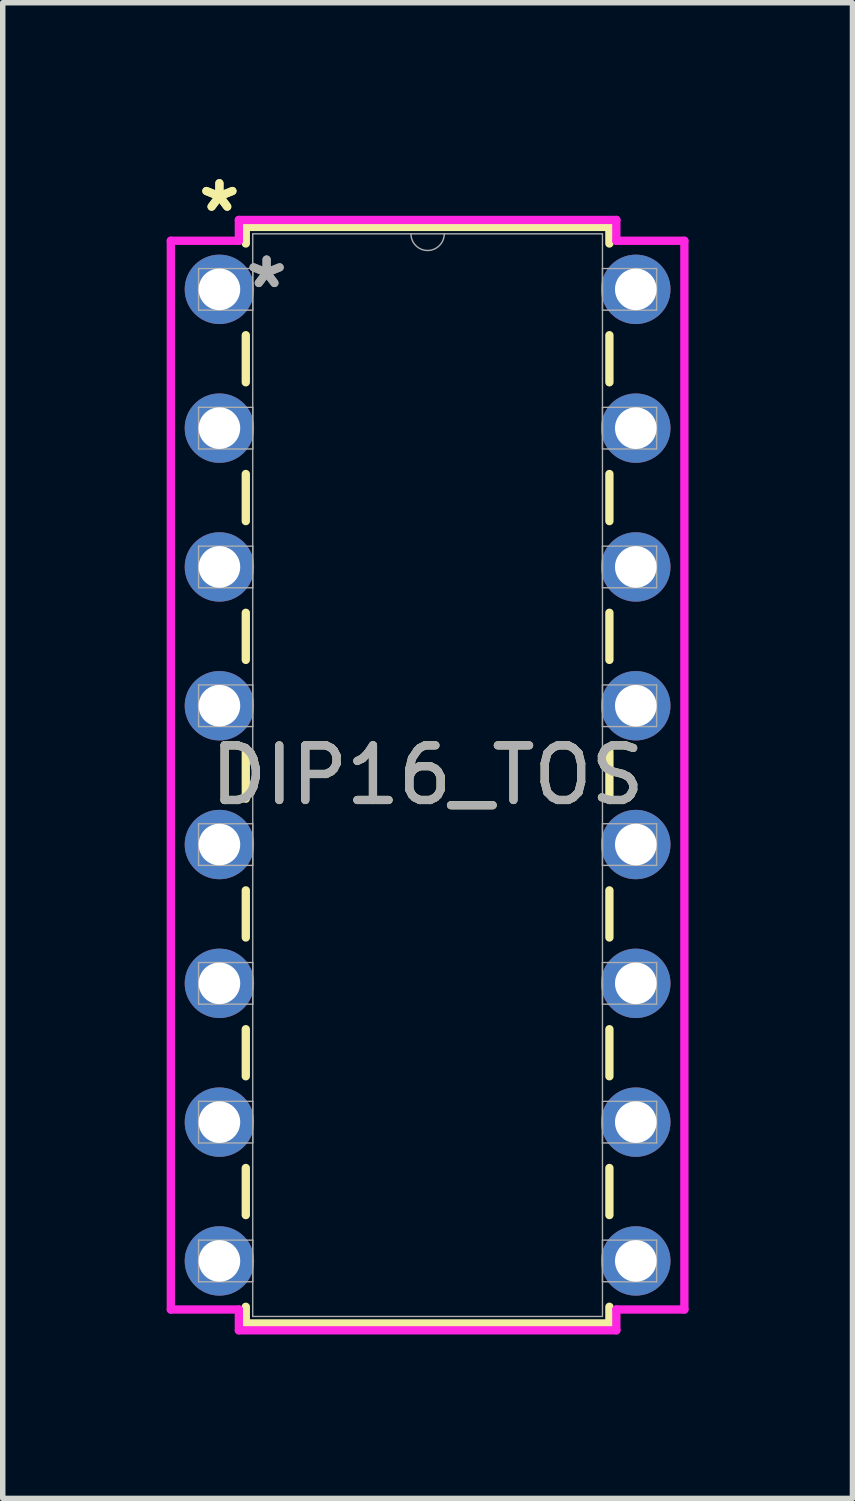
<source format=kicad_pcb>
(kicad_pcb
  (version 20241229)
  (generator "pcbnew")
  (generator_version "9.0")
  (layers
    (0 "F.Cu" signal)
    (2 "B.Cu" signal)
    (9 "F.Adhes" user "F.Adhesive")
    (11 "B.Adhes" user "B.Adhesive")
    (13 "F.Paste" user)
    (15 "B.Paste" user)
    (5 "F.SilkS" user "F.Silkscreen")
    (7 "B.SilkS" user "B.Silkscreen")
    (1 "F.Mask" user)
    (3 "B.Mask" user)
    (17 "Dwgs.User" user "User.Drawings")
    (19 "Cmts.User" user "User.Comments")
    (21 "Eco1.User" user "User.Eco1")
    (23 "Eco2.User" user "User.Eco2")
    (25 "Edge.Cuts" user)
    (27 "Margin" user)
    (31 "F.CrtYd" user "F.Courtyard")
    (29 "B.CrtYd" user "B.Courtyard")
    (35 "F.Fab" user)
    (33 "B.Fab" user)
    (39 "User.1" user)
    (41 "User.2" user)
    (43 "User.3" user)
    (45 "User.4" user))
  (footprint "DIP16_TOS"
    (layer "F.Cu")
    (at 0.965 2.245)
    (property "Reference" "DIP16_TOS" (at 3.81 8.89 0) (unlocked yes) (layer "F.SilkS") (effects (font (size 1 1) (thickness 0.15))))
    (attr through_hole)
    (fp_line (start 0.483 -1.143) (end 0.483 -0.839) (stroke (width 0.152) (type solid)) (layer "F.SilkS"))
    (fp_line (start 0.483 0.839) (end 0.483 1.701) (stroke (width 0.152) (type solid)) (layer "F.SilkS"))
    (fp_line (start 0.483 3.379) (end 0.483 4.241) (stroke (width 0.152) (type solid)) (layer "F.SilkS"))
    (fp_line (start 0.483 5.919) (end 0.483 6.781) (stroke (width 0.152) (type solid)) (layer "F.SilkS"))
    (fp_line (start 0.483 8.459) (end 0.483 9.321) (stroke (width 0.152) (type solid)) (layer "F.SilkS"))
    (fp_line (start 0.483 10.999) (end 0.483 11.861) (stroke (width 0.152) (type solid)) (layer "F.SilkS"))
    (fp_line (start 0.483 13.539) (end 0.483 14.401) (stroke (width 0.152) (type solid)) (layer "F.SilkS"))
    (fp_line (start 0.483 16.079) (end 0.483 16.941) (stroke (width 0.152) (type solid)) (layer "F.SilkS"))
    (fp_line (start 0.483 18.619) (end 0.483 18.923) (stroke (width 0.152) (type solid)) (layer "F.SilkS"))
    (fp_line (start 0.483 18.923) (end 7.137 18.923) (stroke (width 0.152) (type solid)) (layer "F.SilkS"))
    (fp_line (start 7.137 -1.143) (end 0.483 -1.143) (stroke (width 0.152) (type solid)) (layer "F.SilkS"))
    (fp_line (start 7.137 -0.839) (end 7.137 -1.143) (stroke (width 0.152) (type solid)) (layer "F.SilkS"))
    (fp_line (start 7.137 1.701) (end 7.137 0.839) (stroke (width 0.152) (type solid)) (layer "F.SilkS"))
    (fp_line (start 7.137 4.241) (end 7.137 3.379) (stroke (width 0.152) (type solid)) (layer "F.SilkS"))
    (fp_line (start 7.137 6.781) (end 7.137 5.919) (stroke (width 0.152) (type solid)) (layer "F.SilkS"))
    (fp_line (start 7.137 9.321) (end 7.137 8.459) (stroke (width 0.152) (type solid)) (layer "F.SilkS"))
    (fp_line (start 7.137 11.861) (end 7.137 10.999) (stroke (width 0.152) (type solid)) (layer "F.SilkS"))
    (fp_line (start 7.137 14.401) (end 7.137 13.539) (stroke (width 0.152) (type solid)) (layer "F.SilkS"))
    (fp_line (start 7.137 16.941) (end 7.137 16.079) (stroke (width 0.152) (type solid)) (layer "F.SilkS"))
    (fp_line (start 7.137 18.923) (end 7.137 18.619) (stroke (width 0.152) (type solid)) (layer "F.SilkS"))
    (fp_line (start -0.889 -0.889) (end 0.356 -0.889) (stroke (width 0.152) (type solid)) (layer "F.CrtYd"))
    (fp_line (start -0.889 18.669) (end -0.889 -0.889) (stroke (width 0.152) (type solid)) (layer "F.CrtYd"))
    (fp_line (start 0.356 -1.27) (end 7.264 -1.27) (stroke (width 0.152) (type solid)) (layer "F.CrtYd"))
    (fp_line (start 0.356 -0.889) (end 0.356 -1.27) (stroke (width 0.152) (type solid)) (layer "F.CrtYd"))
    (fp_line (start 0.356 18.669) (end -0.889 18.669) (stroke (width 0.152) (type solid)) (layer "F.CrtYd"))
    (fp_line (start 0.356 19.05) (end 0.356 18.669) (stroke (width 0.152) (type solid)) (layer "F.CrtYd"))
    (fp_line (start 7.264 -1.27) (end 7.264 -0.889) (stroke (width 0.152) (type solid)) (layer "F.CrtYd"))
    (fp_line (start 7.264 18.669) (end 7.264 19.05) (stroke (width 0.152) (type solid)) (layer "F.CrtYd"))
    (fp_line (start 7.264 19.05) (end 0.356 19.05) (stroke (width 0.152) (type solid)) (layer "F.CrtYd"))
    (fp_line (start 8.509 -0.889) (end 7.264 -0.889) (stroke (width 0.152) (type solid)) (layer "F.CrtYd"))
    (fp_line (start 8.509 -0.889) (end 8.509 18.669) (stroke (width 0.152) (type solid)) (layer "F.CrtYd"))
    (fp_line (start 8.509 18.669) (end 7.264 18.669) (stroke (width 0.152) (type solid)) (layer "F.CrtYd"))
    (fp_line (start -0.381 -0.381) (end -0.381 0.381) (stroke (width 0.025) (type solid)) (layer "F.Fab"))
    (fp_line (start -0.381 0.381) (end 0.61 0.381) (stroke (width 0.025) (type solid)) (layer "F.Fab"))
    (fp_line (start -0.381 2.159) (end -0.381 2.921) (stroke (width 0.025) (type solid)) (layer "F.Fab"))
    (fp_line (start -0.381 2.921) (end 0.61 2.921) (stroke (width 0.025) (type solid)) (layer "F.Fab"))
    (fp_line (start -0.381 4.699) (end -0.381 5.461) (stroke (width 0.025) (type solid)) (layer "F.Fab"))
    (fp_line (start -0.381 5.461) (end 0.61 5.461) (stroke (width 0.025) (type solid)) (layer "F.Fab"))
    (fp_line (start -0.381 7.239) (end -0.381 8.001) (stroke (width 0.025) (type solid)) (layer "F.Fab"))
    (fp_line (start -0.381 8.001) (end 0.61 8.001) (stroke (width 0.025) (type solid)) (layer "F.Fab"))
    (fp_line (start -0.381 9.779) (end -0.381 10.541) (stroke (width 0.025) (type solid)) (layer "F.Fab"))
    (fp_line (start -0.381 10.541) (end 0.61 10.541) (stroke (width 0.025) (type solid)) (layer "F.Fab"))
    (fp_line (start -0.381 12.319) (end -0.381 13.081) (stroke (width 0.025) (type solid)) (layer "F.Fab"))
    (fp_line (start -0.381 13.081) (end 0.61 13.081) (stroke (width 0.025) (type solid)) (layer "F.Fab"))
    (fp_line (start -0.381 14.859) (end -0.381 15.621) (stroke (width 0.025) (type solid)) (layer "F.Fab"))
    (fp_line (start -0.381 15.621) (end 0.61 15.621) (stroke (width 0.025) (type solid)) (layer "F.Fab"))
    (fp_line (start -0.381 17.399) (end -0.381 18.161) (stroke (width 0.025) (type solid)) (layer "F.Fab"))
    (fp_line (start -0.381 18.161) (end 0.61 18.161) (stroke (width 0.025) (type solid)) (layer "F.Fab"))
    (fp_line (start 0.61 -1.016) (end 0.61 18.796) (stroke (width 0.025) (type solid)) (layer "F.Fab"))
    (fp_line (start 0.61 -0.381) (end -0.381 -0.381) (stroke (width 0.025) (type solid)) (layer "F.Fab"))
    (fp_line (start 0.61 0.381) (end 0.61 -0.381) (stroke (width 0.025) (type solid)) (layer "F.Fab"))
    (fp_line (start 0.61 2.159) (end -0.381 2.159) (stroke (width 0.025) (type solid)) (layer "F.Fab"))
    (fp_line (start 0.61 2.921) (end 0.61 2.159) (stroke (width 0.025) (type solid)) (layer "F.Fab"))
    (fp_line (start 0.61 4.699) (end -0.381 4.699) (stroke (width 0.025) (type solid)) (layer "F.Fab"))
    (fp_line (start 0.61 5.461) (end 0.61 4.699) (stroke (width 0.025) (type solid)) (layer "F.Fab"))
    (fp_line (start 0.61 7.239) (end -0.381 7.239) (stroke (width 0.025) (type solid)) (layer "F.Fab"))
    (fp_line (start 0.61 8.001) (end 0.61 7.239) (stroke (width 0.025) (type solid)) (layer "F.Fab"))
    (fp_line (start 0.61 9.779) (end -0.381 9.779) (stroke (width 0.025) (type solid)) (layer "F.Fab"))
    (fp_line (start 0.61 10.541) (end 0.61 9.779) (stroke (width 0.025) (type solid)) (layer "F.Fab"))
    (fp_line (start 0.61 12.319) (end -0.381 12.319) (stroke (width 0.025) (type solid)) (layer "F.Fab"))
    (fp_line (start 0.61 13.081) (end 0.61 12.319) (stroke (width 0.025) (type solid)) (layer "F.Fab"))
    (fp_line (start 0.61 14.859) (end -0.381 14.859) (stroke (width 0.025) (type solid)) (layer "F.Fab"))
    (fp_line (start 0.61 15.621) (end 0.61 14.859) (stroke (width 0.025) (type solid)) (layer "F.Fab"))
    (fp_line (start 0.61 17.399) (end -0.381 17.399) (stroke (width 0.025) (type solid)) (layer "F.Fab"))
    (fp_line (start 0.61 18.161) (end 0.61 17.399) (stroke (width 0.025) (type solid)) (layer "F.Fab"))
    (fp_line (start 0.61 18.796) (end 7.01 18.796) (stroke (width 0.025) (type solid)) (layer "F.Fab"))
    (fp_line (start 7.01 -1.016) (end 0.61 -1.016) (stroke (width 0.025) (type solid)) (layer "F.Fab"))
    (fp_line (start 7.01 -0.381) (end 7.01 0.381) (stroke (width 0.025) (type solid)) (layer "F.Fab"))
    (fp_line (start 7.01 0.381) (end 8.001 0.381) (stroke (width 0.025) (type solid)) (layer "F.Fab"))
    (fp_line (start 7.01 2.159) (end 7.01 2.921) (stroke (width 0.025) (type solid)) (layer "F.Fab"))
    (fp_line (start 7.01 2.921) (end 8.001 2.921) (stroke (width 0.025) (type solid)) (layer "F.Fab"))
    (fp_line (start 7.01 4.699) (end 7.01 5.461) (stroke (width 0.025) (type solid)) (layer "F.Fab"))
    (fp_line (start 7.01 5.461) (end 8.001 5.461) (stroke (width 0.025) (type solid)) (layer "F.Fab"))
    (fp_line (start 7.01 7.239) (end 7.01 8.001) (stroke (width 0.025) (type solid)) (layer "F.Fab"))
    (fp_line (start 7.01 8.001) (end 8.001 8.001) (stroke (width 0.025) (type solid)) (layer "F.Fab"))
    (fp_line (start 7.01 9.779) (end 7.01 10.541) (stroke (width 0.025) (type solid)) (layer "F.Fab"))
    (fp_line (start 7.01 10.541) (end 8.001 10.541) (stroke (width 0.025) (type solid)) (layer "F.Fab"))
    (fp_line (start 7.01 12.319) (end 7.01 13.081) (stroke (width 0.025) (type solid)) (layer "F.Fab"))
    (fp_line (start 7.01 13.081) (end 8.001 13.081) (stroke (width 0.025) (type solid)) (layer "F.Fab"))
    (fp_line (start 7.01 14.859) (end 7.01 15.621) (stroke (width 0.025) (type solid)) (layer "F.Fab"))
    (fp_line (start 7.01 15.621) (end 8.001 15.621) (stroke (width 0.025) (type solid)) (layer "F.Fab"))
    (fp_line (start 7.01 17.399) (end 7.01 18.161) (stroke (width 0.025) (type solid)) (layer "F.Fab"))
    (fp_line (start 7.01 18.161) (end 8.001 18.161) (stroke (width 0.025) (type solid)) (layer "F.Fab"))
    (fp_line (start 7.01 18.796) (end 7.01 -1.016) (stroke (width 0.025) (type solid)) (layer "F.Fab"))
    (fp_line (start 8.001 -0.381) (end 7.01 -0.381) (stroke (width 0.025) (type solid)) (layer "F.Fab"))
    (fp_line (start 8.001 0.381) (end 8.001 -0.381) (stroke (width 0.025) (type solid)) (layer "F.Fab"))
    (fp_line (start 8.001 2.159) (end 7.01 2.159) (stroke (width 0.025) (type solid)) (layer "F.Fab"))
    (fp_line (start 8.001 2.921) (end 8.001 2.159) (stroke (width 0.025) (type solid)) (layer "F.Fab"))
    (fp_line (start 8.001 4.699) (end 7.01 4.699) (stroke (width 0.025) (type solid)) (layer "F.Fab"))
    (fp_line (start 8.001 5.461) (end 8.001 4.699) (stroke (width 0.025) (type solid)) (layer "F.Fab"))
    (fp_line (start 8.001 7.239) (end 7.01 7.239) (stroke (width 0.025) (type solid)) (layer "F.Fab"))
    (fp_line (start 8.001 8.001) (end 8.001 7.239) (stroke (width 0.025) (type solid)) (layer "F.Fab"))
    (fp_line (start 8.001 9.779) (end 7.01 9.779) (stroke (width 0.025) (type solid)) (layer "F.Fab"))
    (fp_line (start 8.001 10.541) (end 8.001 9.779) (stroke (width 0.025) (type solid)) (layer "F.Fab"))
    (fp_line (start 8.001 12.319) (end 7.01 12.319) (stroke (width 0.025) (type solid)) (layer "F.Fab"))
    (fp_line (start 8.001 13.081) (end 8.001 12.319) (stroke (width 0.025) (type solid)) (layer "F.Fab"))
    (fp_line (start 8.001 14.859) (end 7.01 14.859) (stroke (width 0.025) (type solid)) (layer "F.Fab"))
    (fp_line (start 8.001 15.621) (end 8.001 14.859) (stroke (width 0.025) (type solid)) (layer "F.Fab"))
    (fp_line (start 8.001 17.399) (end 7.01 17.399) (stroke (width 0.025) (type solid)) (layer "F.Fab"))
    (fp_line (start 8.001 18.161) (end 8.001 17.399) (stroke (width 0.025) (type solid)) (layer "F.Fab"))
    (fp_arc (start 4.1148 -1.016) (mid 3.81 -0.7112) (end 3.5052 -1.016) (stroke (width 0.0254) (type solid)) (layer "F.Fab"))
    (fp_text user "*" (at 0 -1.397 0) (layer "F.SilkS") (effects (font (size 1 1) (thickness 0.15))))
    (fp_text user "*" (at 0 -1.397 0) (unlocked yes) (layer "F.SilkS") (effects (font (size 1 1) (thickness 0.15))))
    (fp_text user "${REFERENCE}" (at 3.81 8.89 0) (unlocked yes) (layer "F.Fab") (effects (font (size 1 1) (thickness 0.15))))
    (fp_text user "*" (at 0.864 0 0) (unlocked yes) (layer "F.Fab") (effects (font (size 1 1) (thickness 0.15))))
    (fp_text user "*" (at 0.864 0 0) (layer "F.Fab") (effects (font (size 1 1) (thickness 0.15))))
    (pad "1" thru_hole circle (at 0 0) (size 1.27 1.27) (drill 0.762) (layers "*.Cu" "*.Mask"))
    (pad "2" thru_hole circle (at 0 2.54) (size 1.27 1.27) (drill 0.762) (layers "*.Cu" "*.Mask"))
    (pad "3" thru_hole circle (at 0 5.08) (size 1.27 1.27) (drill 0.762) (layers "*.Cu" "*.Mask"))
    (pad "4" thru_hole circle (at 0 7.62) (size 1.27 1.27) (drill 0.762) (layers "*.Cu" "*.Mask"))
    (pad "5" thru_hole circle (at 0 10.16) (size 1.27 1.27) (drill 0.762) (layers "*.Cu" "*.Mask"))
    (pad "6" thru_hole circle (at 0 12.7) (size 1.27 1.27) (drill 0.762) (layers "*.Cu" "*.Mask"))
    (pad "7" thru_hole circle (at 0 15.24) (size 1.27 1.27) (drill 0.762) (layers "*.Cu" "*.Mask"))
    (pad "8" thru_hole circle (at 0 17.78) (size 1.27 1.27) (drill 0.762) (layers "*.Cu" "*.Mask"))
    (pad "9" thru_hole circle (at 7.62 17.78) (size 1.27 1.27) (drill 0.762) (layers "*.Cu" "*.Mask"))
    (pad "10" thru_hole circle (at 7.62 15.24) (size 1.27 1.27) (drill 0.762) (layers "*.Cu" "*.Mask"))
    (pad "11" thru_hole circle (at 7.62 12.7) (size 1.27 1.27) (drill 0.762) (layers "*.Cu" "*.Mask"))
    (pad "12" thru_hole circle (at 7.62 10.16) (size 1.27 1.27) (drill 0.762) (layers "*.Cu" "*.Mask"))
    (pad "13" thru_hole circle (at 7.62 7.62) (size 1.27 1.27) (drill 0.762) (layers "*.Cu" "*.Mask"))
    (pad "14" thru_hole circle (at 7.62 5.08) (size 1.27 1.27) (drill 0.762) (layers "*.Cu" "*.Mask"))
    (pad "15" thru_hole circle (at 7.62 2.54) (size 1.27 1.27) (drill 0.762) (layers "*.Cu" "*.Mask"))
    (pad "16" thru_hole circle (at 7.62 0) (size 1.27 1.27) (drill 0.762) (layers "*.Cu" "*.Mask")))
  (gr_rect
    (start -3 -3)
    (end 12.55 24.371)
    (stroke (width 0.1) (type default))
    (fill no)
    (layer "Edge.Cuts")))
</source>
